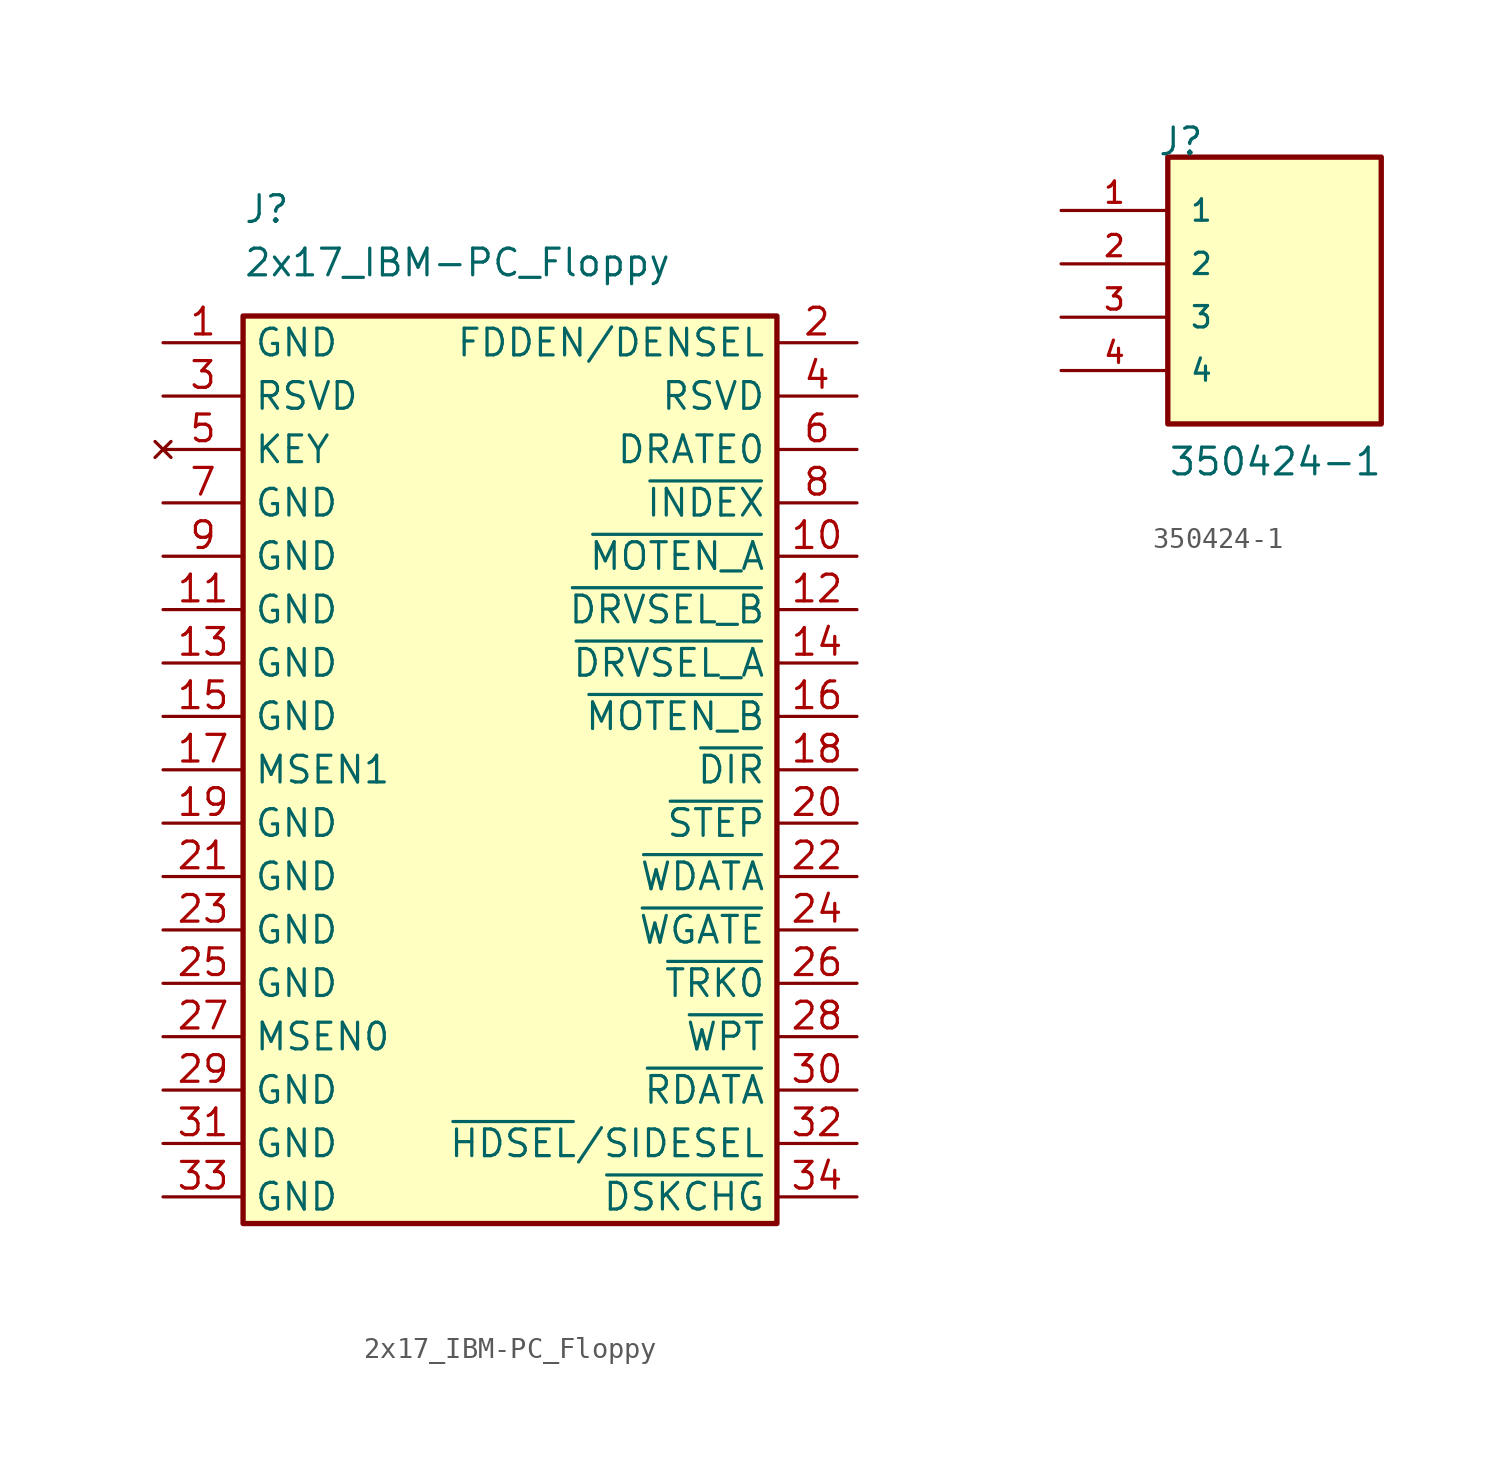
<source format=kicad_sym>
(kicad_symbol_lib
  (version 20211014)
  (generator kicad_symbol_editor)
  (symbol "2x17_IBM-PC_Floppy"
    (property "Reference" "J"
      (at -12.7 26.67 0)
      (effects (font (size 1.27 1.27)) (justify left)))
    (property "Value" "2x17_IBM-PC_Floppy"
      (at -12.7 24.13 0)
      (effects (font (size 1.27 1.27)) (justify left)))
    (symbol "2x17_IBM-PC_Floppy_1_1"
      (rectangle (start -12.7 21.59) (end 12.7 -21.59) (stroke (width 0.254) (type default) (color 0 0 0 0)) (fill (type background)))
      (pin power_in line (at -16.51 20.32 0) (length 3.81) (name "GND" (effects (font (size 1.27 1.27)))) (number "1" (effects (font (size 1.27 1.27)))))
      (pin output line (at 16.51 10.16 180) (length 3.81) (name "~{MOTEN_A}" (effects (font (size 1.27 1.27)))) (number "10" (effects (font (size 1.27 1.27)))))
      (pin power_in line (at -16.51 7.62 0) (length 3.81) (name "GND" (effects (font (size 1.27 1.27)))) (number "11" (effects (font (size 1.27 1.27)))))
      (pin output line (at 16.51 7.62 180) (length 3.81) (name "~{DRVSEL_B}" (effects (font (size 1.27 1.27)))) (number "12" (effects (font (size 1.27 1.27)))))
      (pin power_in line (at -16.51 5.08 0) (length 3.81) (name "GND" (effects (font (size 1.27 1.27)))) (number "13" (effects (font (size 1.27 1.27)))))
      (pin output line (at 16.51 5.08 180) (length 3.81) (name "~{DRVSEL_A}" (effects (font (size 1.27 1.27)))) (number "14" (effects (font (size 1.27 1.27)))))
      (pin power_in line (at -16.51 2.54 0) (length 3.81) (name "GND" (effects (font (size 1.27 1.27)))) (number "15" (effects (font (size 1.27 1.27)))))
      (pin output line (at 16.51 2.54 180) (length 3.81) (name "~{MOTEN_B}" (effects (font (size 1.27 1.27)))) (number "16" (effects (font (size 1.27 1.27)))))
      (pin output line (at -16.51 0 0) (length 3.81) (name "MSEN1" (effects (font (size 1.27 1.27)))) (number "17" (effects (font (size 1.27 1.27)))))
      (pin output line (at 16.51 0 180) (length 3.81) (name "~{DIR}" (effects (font (size 1.27 1.27)))) (number "18" (effects (font (size 1.27 1.27)))))
      (pin power_in line (at -16.51 -2.54 0) (length 3.81) (name "GND" (effects (font (size 1.27 1.27)))) (number "19" (effects (font (size 1.27 1.27)))))
      (pin output line (at 16.51 20.32 180) (length 3.81) (name "FDDEN/DENSEL" (effects (font (size 1.27 1.27)))) (number "2" (effects (font (size 1.27 1.27)))))
      (pin output line (at 16.51 -2.54 180) (length 3.81) (name "~{STEP}" (effects (font (size 1.27 1.27)))) (number "20" (effects (font (size 1.27 1.27)))))
      (pin power_in line (at -16.51 -5.08 0) (length 3.81) (name "GND" (effects (font (size 1.27 1.27)))) (number "21" (effects (font (size 1.27 1.27)))))
      (pin output line (at 16.51 -5.08 180) (length 3.81) (name "~{WDATA}" (effects (font (size 1.27 1.27)))) (number "22" (effects (font (size 1.27 1.27)))))
      (pin power_in line (at -16.51 -7.62 0) (length 3.81) (name "GND" (effects (font (size 1.27 1.27)))) (number "23" (effects (font (size 1.27 1.27)))))
      (pin output line (at 16.51 -7.62 180) (length 3.81) (name "~{WGATE}" (effects (font (size 1.27 1.27)))) (number "24" (effects (font (size 1.27 1.27)))))
      (pin power_in line (at -16.51 -10.16 0) (length 3.81) (name "GND" (effects (font (size 1.27 1.27)))) (number "25" (effects (font (size 1.27 1.27)))))
      (pin output line (at 16.51 -10.16 180) (length 3.81) (name "~{TRK0}" (effects (font (size 1.27 1.27)))) (number "26" (effects (font (size 1.27 1.27)))))
      (pin output line (at -16.51 -12.7 0) (length 3.81) (name "MSEN0" (effects (font (size 1.27 1.27)))) (number "27" (effects (font (size 1.27 1.27)))))
      (pin output line (at 16.51 -12.7 180) (length 3.81) (name "~{WPT}" (effects (font (size 1.27 1.27)))) (number "28" (effects (font (size 1.27 1.27)))))
      (pin power_in line (at -16.51 -15.24 0) (length 3.81) (name "GND" (effects (font (size 1.27 1.27)))) (number "29" (effects (font (size 1.27 1.27)))))
      (pin free line (at -16.51 17.78 0) (length 3.81) (name "RSVD" (effects (font (size 1.27 1.27)))) (number "3" (effects (font (size 1.27 1.27)))))
      (pin input line (at 16.51 -15.24 180) (length 3.81) (name "~{RDATA}" (effects (font (size 1.27 1.27)))) (number "30" (effects (font (size 1.27 1.27)))))
      (pin power_in line (at -16.51 -17.78 0) (length 3.81) (name "GND" (effects (font (size 1.27 1.27)))) (number "31" (effects (font (size 1.27 1.27)))))
      (pin output line (at 16.51 -17.78 180) (length 3.81) (name "~{HDSEL}/SIDESEL" (effects (font (size 1.27 1.27)))) (number "32" (effects (font (size 1.27 1.27)))))
      (pin power_in line (at -16.51 -20.32 0) (length 3.81) (name "GND" (effects (font (size 1.27 1.27)))) (number "33" (effects (font (size 1.27 1.27)))))
      (pin input line (at 16.51 -20.32 180) (length 3.81) (name "~{DSKCHG}" (effects (font (size 1.27 1.27)))) (number "34" (effects (font (size 1.27 1.27)))))
      (pin free line (at 16.51 17.78 180) (length 3.81) (name "RSVD" (effects (font (size 1.27 1.27)))) (number "4" (effects (font (size 1.27 1.27)))))
      (pin no_connect line (at -16.51 15.24 0) (length 3.81) (name "KEY" (effects (font (size 1.27 1.27)))) (number "5" (effects (font (size 1.27 1.27)))))
      (pin passive line (at 16.51 15.24 180) (length 3.81) (name "DRATE0" (effects (font (size 1.27 1.27)))) (number "6" (effects (font (size 1.27 1.27)))))
      (pin power_in line (at -16.51 12.7 0) (length 3.81) (name "GND" (effects (font (size 1.27 1.27)))) (number "7" (effects (font (size 1.27 1.27)))))
      (pin input line (at 16.51 12.7 180) (length 3.81) (name "~{INDEX}" (effects (font (size 1.27 1.27)))) (number "8" (effects (font (size 1.27 1.27)))))
      (pin power_in line (at -16.51 10.16 0) (length 3.81) (name "GND" (effects (font (size 1.27 1.27)))) (number "9" (effects (font (size 1.27 1.27)))))))
  (symbol "350424-1"
    (pin_names
      (offset 1.016))
    (property "Reference" "J"
      (at -5.588 7.62 0)
      (effects (font (size 1.27 1.27)) (justify left bottom)))
    (property "Value" "350424-1"
      (at -5.08 -7.62 0)
      (effects (font (size 1.27 1.27)) (justify left bottom)))
    (symbol "350424-1_0_0"
      (rectangle (start -5.08 -5.08) (end 5.08 7.62) (stroke (width 0.254) (type default) (color 0 0 0 0)) (fill (type background)))
      (pin passive line (at -10.16 5.08 0) (length 5.08) (name "1" (effects (font (size 1.016 1.016)))) (number "1" (effects (font (size 1.016 1.016)))))
      (pin passive line (at -10.16 2.54 0) (length 5.08) (name "2" (effects (font (size 1.016 1.016)))) (number "2" (effects (font (size 1.016 1.016)))))
      (pin passive line (at -10.16 0 0) (length 5.08) (name "3" (effects (font (size 1.016 1.016)))) (number "3" (effects (font (size 1.016 1.016)))))
      (pin passive line (at -10.16 -2.54 0) (length 5.08) (name "4" (effects (font (size 1.016 1.016)))) (number "4" (effects (font (size 1.016 1.016))))))))
</source>
